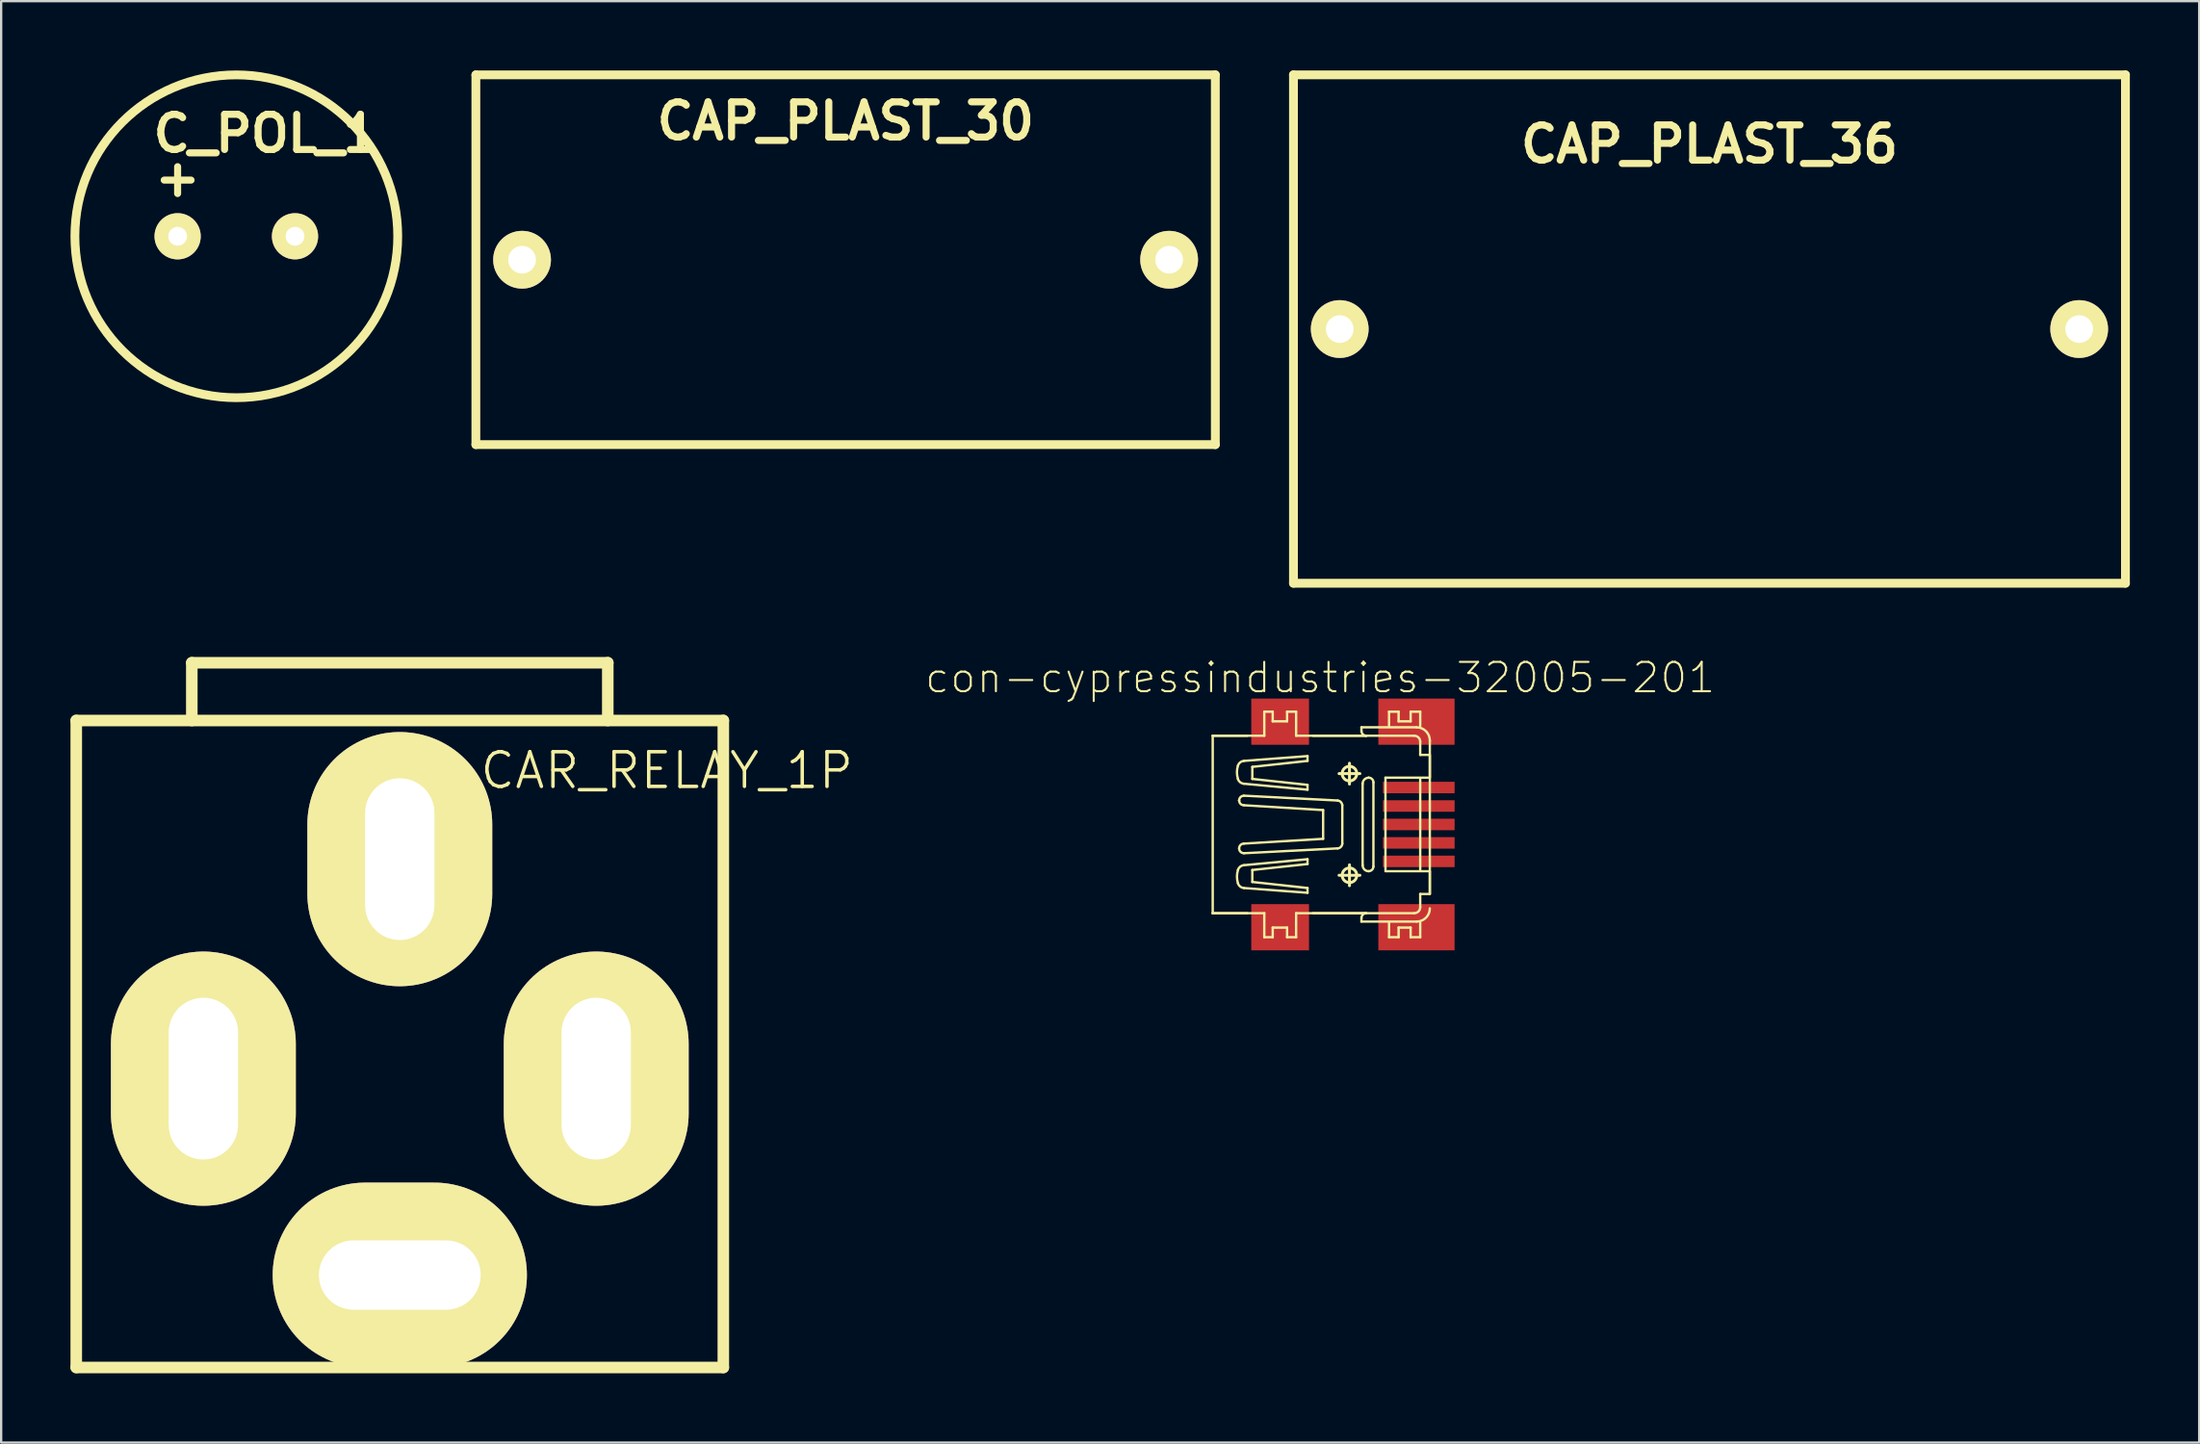
<source format=kicad_pcb>
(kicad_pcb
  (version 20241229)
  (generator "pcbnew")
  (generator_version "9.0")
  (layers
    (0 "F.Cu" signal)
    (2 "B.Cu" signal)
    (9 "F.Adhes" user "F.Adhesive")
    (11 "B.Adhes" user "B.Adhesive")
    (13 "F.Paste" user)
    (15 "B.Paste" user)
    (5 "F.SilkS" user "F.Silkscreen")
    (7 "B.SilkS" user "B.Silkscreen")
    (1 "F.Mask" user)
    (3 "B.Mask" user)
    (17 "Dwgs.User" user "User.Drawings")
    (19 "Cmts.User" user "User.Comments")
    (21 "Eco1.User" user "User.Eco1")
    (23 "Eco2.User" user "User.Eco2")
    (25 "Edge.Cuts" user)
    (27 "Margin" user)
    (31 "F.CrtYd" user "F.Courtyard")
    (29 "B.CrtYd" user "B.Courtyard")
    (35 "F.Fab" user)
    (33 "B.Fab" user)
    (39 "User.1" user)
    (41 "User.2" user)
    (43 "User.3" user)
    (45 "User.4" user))
  (footprint "CAP_PLAST_30"
    (layer "F.Cu")
    (at 33.541 8.191)
    (property "Reference" "CAP_PLAST_30" (at 0 -5.999 0) (layer "F.SilkS") (effects (font (size 1.524 1.524) (thickness 0.305))))
    (attr through_hole)
    (fp_line (start -15.999 -8.001) (end 15.999 -8.001) (stroke (width 0.381) (type solid)) (layer "F.SilkS"))
    (fp_line (start -15.999 8.001) (end -15.999 -8.001) (stroke (width 0.381) (type solid)) (layer "F.SilkS"))
    (fp_line (start 15.999 -8.001) (end 15.999 8.001) (stroke (width 0.381) (type solid)) (layer "F.SilkS"))
    (fp_line (start 15.999 8.001) (end -15.999 8.001) (stroke (width 0.381) (type solid)) (layer "F.SilkS"))
    (pad "1" thru_hole circle (at -14 0) (size 2.499 2.499) (drill 1.199) (layers "*.Cu" "*.Mask" "F.SilkS"))
    (pad "2" thru_hole circle (at 14 0) (size 2.499 2.499) (drill 1.199) (layers "*.Cu" "*.Mask" "F.SilkS")))
  (footprint "C_POL_1"
    (layer "F.Cu")
    (at 7.176 7.176)
    (property "Reference" "C_POL_1" (at 1.27 -4.445 0) (layer "F.SilkS") (effects (font (size 1.524 1.524) (thickness 0.305))))
    (attr through_hole)
    (fp_circle (center 0 0) (end 6.985 0) (stroke (width 0.381) (type solid)) (fill no) (layer "F.SilkS"))
    (fp_text user "+" (at -2.54 -2.54 0) (layer "F.SilkS") (effects (font (size 1.524 1.524) (thickness 0.305))))
    (pad "1" thru_hole circle (at -2.54 0) (size 1.999 1.999) (drill 0.813) (layers "*.Cu" "*.Mask" "F.SilkS"))
    (pad "2" thru_hole circle (at 2.54 0) (size 1.999 1.999) (drill 0.813) (layers "*.Cu" "*.Mask" "F.SilkS")))
  (footprint "con-cypressindustries-32005-201"
    (layer "F.Cu")
    (at 55.345 32.631)
    (property "Reference" "con-cypressindustries-32005-201" (at -1.27 -6.35 0) (layer "F.SilkS") (effects (font (size 1.27 1.27) (thickness 0.089))))
    (attr smd)
    (fp_line (start -5.918 -3.84) (end -4.415 -3.84) (stroke (width 0.102) (type solid)) (layer "F.SilkS"))
    (fp_line (start -5.918 -3.84) (end -3.686 -3.84) (stroke (width 0.102) (type solid)) (layer "F.SilkS"))
    (fp_line (start -5.918 3.84) (end -5.918 -3.84) (stroke (width 0.102) (type solid)) (layer "F.SilkS"))
    (fp_line (start -5.918 3.84) (end -5.918 3.84) (stroke (width 0.102) (type solid)) (layer "F.SilkS"))
    (fp_line (start -5.918 3.84) (end -4.415 3.84) (stroke (width 0.102) (type solid)) (layer "F.SilkS"))
    (fp_line (start -5.918 3.84) (end -3.686 3.84) (stroke (width 0.102) (type solid)) (layer "F.SilkS"))
    (fp_line (start -4.775 -1.036) (end -4.775 -1.036) (stroke (width 0.102) (type solid)) (layer "F.SilkS"))
    (fp_line (start -4.567 -1.763) (end -1.816 -1.504) (stroke (width 0.102) (type solid)) (layer "F.SilkS"))
    (fp_line (start -4.567 -1.245) (end -0.518 -1.036) (stroke (width 0.102) (type solid)) (layer "F.SilkS"))
    (fp_line (start -4.567 -0.831) (end -1.14 -0.622) (stroke (width 0.102) (type solid)) (layer "F.SilkS"))
    (fp_line (start -4.567 0.828) (end -1.14 0.622) (stroke (width 0.102) (type solid)) (layer "F.SilkS"))
    (fp_line (start -4.567 1.245) (end -0.518 1.036) (stroke (width 0.102) (type solid)) (layer "F.SilkS"))
    (fp_line (start -4.567 1.763) (end -1.816 1.504) (stroke (width 0.102) (type solid)) (layer "F.SilkS"))
    (fp_line (start -4.204 -2.492) (end -1.816 -2.751) (stroke (width 0.102) (type solid)) (layer "F.SilkS"))
    (fp_line (start -4.204 -1.971) (end -4.204 -2.492) (stroke (width 0.102) (type solid)) (layer "F.SilkS"))
    (fp_line (start -4.204 1.971) (end -4.204 2.489) (stroke (width 0.102) (type solid)) (layer "F.SilkS"))
    (fp_line (start -4.204 2.489) (end -1.816 2.751) (stroke (width 0.102) (type solid)) (layer "F.SilkS"))
    (fp_line (start -3.686 -4.879) (end -3.322 -4.879) (stroke (width 0.102) (type solid)) (layer "F.SilkS"))
    (fp_line (start -3.686 -3.84) (end -3.686 -4.879) (stroke (width 0.102) (type solid)) (layer "F.SilkS"))
    (fp_line (start -3.686 3.84) (end -3.686 4.879) (stroke (width 0.102) (type solid)) (layer "F.SilkS"))
    (fp_line (start -3.686 4.879) (end -3.322 4.879) (stroke (width 0.102) (type solid)) (layer "F.SilkS"))
    (fp_line (start -3.322 -4.879) (end -3.322 -4.463) (stroke (width 0.102) (type solid)) (layer "F.SilkS"))
    (fp_line (start -3.322 -4.463) (end -2.7 -4.463) (stroke (width 0.102) (type solid)) (layer "F.SilkS"))
    (fp_line (start -3.322 4.463) (end -2.7 4.463) (stroke (width 0.102) (type solid)) (layer "F.SilkS"))
    (fp_line (start -3.322 4.879) (end -3.322 4.463) (stroke (width 0.102) (type solid)) (layer "F.SilkS"))
    (fp_line (start -2.7 -4.879) (end -2.309 -4.879) (stroke (width 0.102) (type solid)) (layer "F.SilkS"))
    (fp_line (start -2.7 -4.463) (end -2.7 -4.879) (stroke (width 0.102) (type solid)) (layer "F.SilkS"))
    (fp_line (start -2.7 4.463) (end -2.7 4.879) (stroke (width 0.102) (type solid)) (layer "F.SilkS"))
    (fp_line (start -2.7 4.879) (end -2.309 4.879) (stroke (width 0.102) (type solid)) (layer "F.SilkS"))
    (fp_line (start -2.309 -4.879) (end -2.309 -3.84) (stroke (width 0.102) (type solid)) (layer "F.SilkS"))
    (fp_line (start -2.309 -3.84) (end 0.726 -3.84) (stroke (width 0.102) (type solid)) (layer "F.SilkS"))
    (fp_line (start -2.309 3.84) (end 2.802 3.84) (stroke (width 0.102) (type solid)) (layer "F.SilkS"))
    (fp_line (start -2.309 4.879) (end -2.309 3.84) (stroke (width 0.102) (type solid)) (layer "F.SilkS"))
    (fp_line (start -1.816 -2.959) (end -4.567 -2.751) (stroke (width 0.102) (type solid)) (layer "F.SilkS"))
    (fp_line (start -1.816 -2.751) (end -1.816 -2.959) (stroke (width 0.102) (type solid)) (layer "F.SilkS"))
    (fp_line (start -1.816 -1.712) (end -4.204 -1.971) (stroke (width 0.102) (type solid)) (layer "F.SilkS"))
    (fp_line (start -1.816 -1.504) (end -1.816 -1.712) (stroke (width 0.102) (type solid)) (layer "F.SilkS"))
    (fp_line (start -1.816 1.504) (end -1.816 1.712) (stroke (width 0.102) (type solid)) (layer "F.SilkS"))
    (fp_line (start -1.816 1.712) (end -4.204 1.971) (stroke (width 0.102) (type solid)) (layer "F.SilkS"))
    (fp_line (start -1.816 2.751) (end -1.816 2.957) (stroke (width 0.102) (type solid)) (layer "F.SilkS"))
    (fp_line (start -1.816 2.957) (end -4.567 2.751) (stroke (width 0.102) (type solid)) (layer "F.SilkS"))
    (fp_line (start -1.582 -3.84) (end 0.726 -3.84) (stroke (width 0.102) (type solid)) (layer "F.SilkS"))
    (fp_line (start -1.582 3.84) (end 0.726 3.84) (stroke (width 0.102) (type solid)) (layer "F.SilkS"))
    (fp_line (start -1.14 0.622) (end -1.14 -0.622) (stroke (width 0.102) (type solid)) (layer "F.SilkS"))
    (fp_line (start -0.45 -2.2) (end 0.45 -2.2) (stroke (width 0.127) (type solid)) (layer "F.SilkS"))
    (fp_line (start -0.45 2.2) (end 0.45 2.2) (stroke (width 0.127) (type solid)) (layer "F.SilkS"))
    (fp_line (start -0.31 0.828) (end -0.31 -0.831) (stroke (width 0.102) (type solid)) (layer "F.SilkS"))
    (fp_line (start 0 -1.748) (end 0 -2.649) (stroke (width 0.127) (type solid)) (layer "F.SilkS"))
    (fp_line (start 0 2.649) (end 0 1.748) (stroke (width 0.127) (type solid)) (layer "F.SilkS"))
    (fp_line (start 0.518 -4.204) (end 2.906 -4.204) (stroke (width 0.102) (type solid)) (layer "F.SilkS"))
    (fp_line (start 0.518 -4.049) (end 0.518 -4.204) (stroke (width 0.102) (type solid)) (layer "F.SilkS"))
    (fp_line (start 0.518 4.049) (end 0.518 4.204) (stroke (width 0.102) (type solid)) (layer "F.SilkS"))
    (fp_line (start 0.518 4.204) (end 2.906 4.204) (stroke (width 0.102) (type solid)) (layer "F.SilkS"))
    (fp_line (start 0.569 -1.763) (end 0.569 1.763) (stroke (width 0.102) (type solid)) (layer "F.SilkS"))
    (fp_line (start 0.828 -2.024) (end 0.828 -2.024) (stroke (width 0.102) (type solid)) (layer "F.SilkS"))
    (fp_line (start 1.036 1.816) (end 1.036 -1.816) (stroke (width 0.102) (type solid)) (layer "F.SilkS"))
    (fp_line (start 1.557 -2.024) (end 3.424 -2.024) (stroke (width 0.102) (type solid)) (layer "F.SilkS"))
    (fp_line (start 1.557 1.971) (end 1.557 -2.024) (stroke (width 0.102) (type solid)) (layer "F.SilkS"))
    (fp_line (start 1.557 2.024) (end 3.424 2.024) (stroke (width 0.102) (type solid)) (layer "F.SilkS"))
    (fp_line (start 1.712 -4.879) (end 2.126 -4.879) (stroke (width 0.102) (type solid)) (layer "F.SilkS"))
    (fp_line (start 1.712 -4.255) (end 1.712 -4.879) (stroke (width 0.102) (type solid)) (layer "F.SilkS"))
    (fp_line (start 1.712 4.255) (end 1.712 4.879) (stroke (width 0.102) (type solid)) (layer "F.SilkS"))
    (fp_line (start 1.712 4.879) (end 2.126 4.879) (stroke (width 0.102) (type solid)) (layer "F.SilkS"))
    (fp_line (start 2.126 -4.879) (end 2.126 -4.463) (stroke (width 0.102) (type solid)) (layer "F.SilkS"))
    (fp_line (start 2.126 -4.463) (end 2.647 -4.463) (stroke (width 0.102) (type solid)) (layer "F.SilkS"))
    (fp_line (start 2.126 4.463) (end 2.647 4.463) (stroke (width 0.102) (type solid)) (layer "F.SilkS"))
    (fp_line (start 2.126 4.879) (end 2.126 4.463) (stroke (width 0.102) (type solid)) (layer "F.SilkS"))
    (fp_line (start 2.647 -4.879) (end 3.061 -4.879) (stroke (width 0.102) (type solid)) (layer "F.SilkS"))
    (fp_line (start 2.647 -4.463) (end 2.647 -4.879) (stroke (width 0.102) (type solid)) (layer "F.SilkS"))
    (fp_line (start 2.647 4.463) (end 2.647 4.879) (stroke (width 0.102) (type solid)) (layer "F.SilkS"))
    (fp_line (start 2.647 4.879) (end 3.061 4.879) (stroke (width 0.102) (type solid)) (layer "F.SilkS"))
    (fp_line (start 2.802 -3.84) (end 0.726 -3.84) (stroke (width 0.102) (type solid)) (layer "F.SilkS"))
    (fp_line (start 3.061 -4.879) (end 3.061 -4.255) (stroke (width 0.102) (type solid)) (layer "F.SilkS"))
    (fp_line (start 3.061 -3.581) (end 3.061 -3.01) (stroke (width 0.102) (type solid)) (layer "F.SilkS"))
    (fp_line (start 3.061 -3.01) (end 3.424 -3.01) (stroke (width 0.102) (type solid)) (layer "F.SilkS"))
    (fp_line (start 3.061 1.971) (end 3.061 -1.971) (stroke (width 0.102) (type solid)) (layer "F.SilkS"))
    (fp_line (start 3.061 3.01) (end 3.424 3.01) (stroke (width 0.102) (type solid)) (layer "F.SilkS"))
    (fp_line (start 3.061 3.581) (end 3.061 3.01) (stroke (width 0.102) (type solid)) (layer "F.SilkS"))
    (fp_line (start 3.061 4.879) (end 3.061 4.255) (stroke (width 0.102) (type solid)) (layer "F.SilkS"))
    (fp_line (start 3.477 -3.632) (end 3.477 3.01) (stroke (width 0.102) (type solid)) (layer "F.SilkS"))
    (fp_line (start 3.477 -3.01) (end 3.477 -2.024) (stroke (width 0.102) (type solid)) (layer "F.SilkS"))
    (fp_line (start 3.477 2.024) (end 3.477 3.01) (stroke (width 0.102) (type solid)) (layer "F.SilkS"))
    (fp_arc (start -4.826 -2.54254) (mid -4.728304 -2.686403) (end -4.566527 -2.750193) (stroke (width 0.1016) (type solid)) (layer "F.SilkS"))
    (fp_arc (start -4.826 -1.97104) (mid -4.869296 -2.255382) (end -4.827566 -2.539958) (stroke (width 0.1016) (type solid)) (layer "F.SilkS"))
    (fp_arc (start -4.826 1.97104) (mid -4.728304 1.827177) (end -4.566527 1.763387) (stroke (width 0.1016) (type solid)) (layer "F.SilkS"))
    (fp_arc (start -4.826 2.54254) (mid -4.868553 2.258309) (end -4.826146 1.974057) (stroke (width 0.1016) (type solid)) (layer "F.SilkS"))
    (fp_arc (start -4.7752 -1.03632) (mid -4.714196 -1.183596) (end -4.56692 -1.2446) (stroke (width 0.1016) (type solid)) (layer "F.SilkS"))
    (fp_arc (start -4.7752 1.03632) (mid -4.714196 0.889044) (end -4.56692 0.82804) (stroke (width 0.1016) (type solid)) (layer "F.SilkS"))
    (fp_arc (start -4.56692 -1.76276) (mid -4.728982 -1.826881) (end -4.826727 -1.971177) (stroke (width 0.1016) (type solid)) (layer "F.SilkS"))
    (fp_arc (start -4.56692 -0.83058) (mid -4.7124 -0.89084) (end -4.77266 -1.03632) (stroke (width 0.1016) (type solid)) (layer "F.SilkS"))
    (fp_arc (start -4.56692 1.2446) (mid -4.714196 1.183596) (end -4.7752 1.03632) (stroke (width 0.1016) (type solid)) (layer "F.SilkS"))
    (fp_arc (start -4.56692 2.75082) (mid -4.728982 2.686699) (end -4.826727 2.542403) (stroke (width 0.1016) (type solid)) (layer "F.SilkS"))
    (fp_arc (start -0.51816 -1.03632) (mid -0.37566 -0.972121) (end -0.312346 -0.829227) (stroke (width 0.1016) (type solid)) (layer "F.SilkS"))
    (fp_arc (start -0.30988 0.82804) (mid -0.373032 0.972882) (end -0.51671 1.03864) (stroke (width 0.1016) (type solid)) (layer "F.SilkS"))
    (fp_arc (start 0.51816 4.04876) (mid 0.579164 3.901484) (end 0.72644 3.84048) (stroke (width 0.1016) (type solid)) (layer "F.SilkS"))
    (fp_arc (start 0.56896 -1.76276) (mid 0.644683 -1.945797) (end 0.827588 -2.02184) (stroke (width 0.1016) (type solid)) (layer "F.SilkS"))
    (fp_arc (start 0.72644 -3.84048) (mid 0.579164 -3.901484) (end 0.51816 -4.04876) (stroke (width 0.1016) (type solid)) (layer "F.SilkS"))
    (fp_arc (start 0.82804 -2.02438) (mid 0.97606 -1.965172) (end 1.03886 -1.81864) (stroke (width 0.1016) (type solid)) (layer "F.SilkS"))
    (fp_arc (start 0.82804 2.02438) (mid 0.644111 1.946283) (end 0.568953 1.761133) (stroke (width 0.1016) (type solid)) (layer "F.SilkS"))
    (fp_arc (start 1.03632 1.8161) (mid 0.97606 1.96158) (end 0.83058 2.02184) (stroke (width 0.1016) (type solid)) (layer "F.SilkS"))
    (fp_arc (start 2.80162 -3.84048) (mid 2.984817 -3.764597) (end 3.0607 -3.5814) (stroke (width 0.1016) (type solid)) (layer "F.SilkS"))
    (fp_arc (start 2.90576 -4.2037) (mid 3.309872 -4.036312) (end 3.47726 -3.6322) (stroke (width 0.1016) (type solid)) (layer "F.SilkS"))
    (fp_arc (start 3.0607 3.5814) (mid 2.984817 3.764597) (end 2.80162 3.84048) (stroke (width 0.1016) (type solid)) (layer "F.SilkS"))
    (fp_arc (start 3.47726 3.6322) (mid 3.309872 4.036312) (end 2.90576 4.2037) (stroke (width 0.1016) (type solid)) (layer "F.SilkS"))
    (fp_circle (center 0 -2.2) (end -0.224 -2.423) (stroke (width 0.127) (type solid)) (fill no) (layer "F.SilkS"))
    (fp_circle (center 0 2.2) (end -0.224 2.423) (stroke (width 0.127) (type solid)) (fill no) (layer "F.SilkS"))
    (pad "1" smd rect (at 3 -1.598) (size 3.099 0.498) (layers "F.Cu" "F.Mask" "F.Paste"))
    (pad "2" smd rect (at 3 -0.798) (size 3.099 0.498) (layers "F.Cu" "F.Mask" "F.Paste"))
    (pad "3" smd rect (at 3 0) (size 3.099 0.498) (layers "F.Cu" "F.Mask" "F.Paste"))
    (pad "4" smd rect (at 3 0.798) (size 3.099 0.498) (layers "F.Cu" "F.Mask" "F.Paste"))
    (pad "5" smd rect (at 3 1.598) (size 3.099 0.498) (layers "F.Cu" "F.Mask" "F.Paste"))
    (pad "M1" smd rect (at -3 4.448) (size 2.499 1.999) (layers "F.Cu" "F.Mask" "F.Paste"))
    (pad "M2" smd rect (at -3 -4.448) (size 2.499 1.999) (layers "F.Cu" "F.Mask" "F.Paste"))
    (pad "M3" smd rect (at 2.898 -4.448) (size 3.299 1.999) (layers "F.Cu" "F.Mask" "F.Paste"))
    (pad "M4" smd rect (at 2.898 4.448) (size 3.299 1.999) (layers "F.Cu" "F.Mask" "F.Paste")))
  (footprint "CAP_PLAST_36"
    (layer "F.Cu")
    (at 70.922 11.191)
    (property "Reference" "CAP_PLAST_36" (at 0 -8.001 0) (layer "F.SilkS") (effects (font (size 1.524 1.524) (thickness 0.305))))
    (attr through_hole)
    (fp_line (start -18.001 -11.001) (end 18.001 -11.001) (stroke (width 0.381) (type solid)) (layer "F.SilkS"))
    (fp_line (start -18.001 11.001) (end -18.001 -11.001) (stroke (width 0.381) (type solid)) (layer "F.SilkS"))
    (fp_line (start 18.001 -11.001) (end 18.001 11.001) (stroke (width 0.381) (type solid)) (layer "F.SilkS"))
    (fp_line (start 18.001 11.001) (end -18.001 11.001) (stroke (width 0.381) (type solid)) (layer "F.SilkS"))
    (pad "1" thru_hole circle (at -15.999 0) (size 2.499 2.499) (drill 1.199) (layers "*.Cu" "*.Mask" "F.SilkS"))
    (pad "2" thru_hole circle (at 15.999 0) (size 2.499 2.499) (drill 1.199) (layers "*.Cu" "*.Mask" "F.SilkS")))
  (footprint "CAR_RELAY_1P"
    (layer "F.Cu")
    (at 14.25 43.632)
    (property "Reference" "CAR_RELAY_1P" (at 11.557 -13.335 0) (layer "F.SilkS") (effects (font (size 1.5 1.5) (thickness 0.15))))
    (attr through_hole)
    (fp_line (start -14 -15.5) (end -14 12.5) (stroke (width 0.5) (type solid)) (layer "F.SilkS"))
    (fp_line (start -14 12.5) (end 14 12.5) (stroke (width 0.5) (type solid)) (layer "F.SilkS"))
    (fp_line (start -9 -18) (end 9 -18) (stroke (width 0.5) (type solid)) (layer "F.SilkS"))
    (fp_line (start -9 -15.5) (end -9 -18) (stroke (width 0.5) (type solid)) (layer "F.SilkS"))
    (fp_line (start 9 -18) (end 9 -15.5) (stroke (width 0.5) (type solid)) (layer "F.SilkS"))
    (fp_line (start 14 -15.5) (end -14 -15.5) (stroke (width 0.5) (type solid)) (layer "F.SilkS"))
    (fp_line (start 14 12.5) (end 14 -15.5) (stroke (width 0.5) (type solid)) (layer "F.SilkS"))
    (pad "30" thru_hole oval (at 0 -9.5) (size 8 11) (drill oval 3 7) (layers "*.Cu" "*.Mask" "F.SilkS"))
    (pad "85" thru_hole oval (at 8.5 0) (size 8 11) (drill oval 3 7) (layers "*.Cu" "*.Mask" "F.SilkS"))
    (pad "86" thru_hole oval (at -8.5 0) (size 8 11) (drill oval 3 7) (layers "*.Cu" "*.Mask" "F.SilkS"))
    (pad "87" thru_hole oval (at 0 8.5) (size 11 8) (drill oval 7 3) (layers "*.Cu" "*.Mask" "F.SilkS")))
  (gr_rect
    (start -3 -3)
    (end 92.114 59.382)
    (stroke (width 0.1) (type default))
    (fill no)
    (layer "Edge.Cuts")))
</source>
